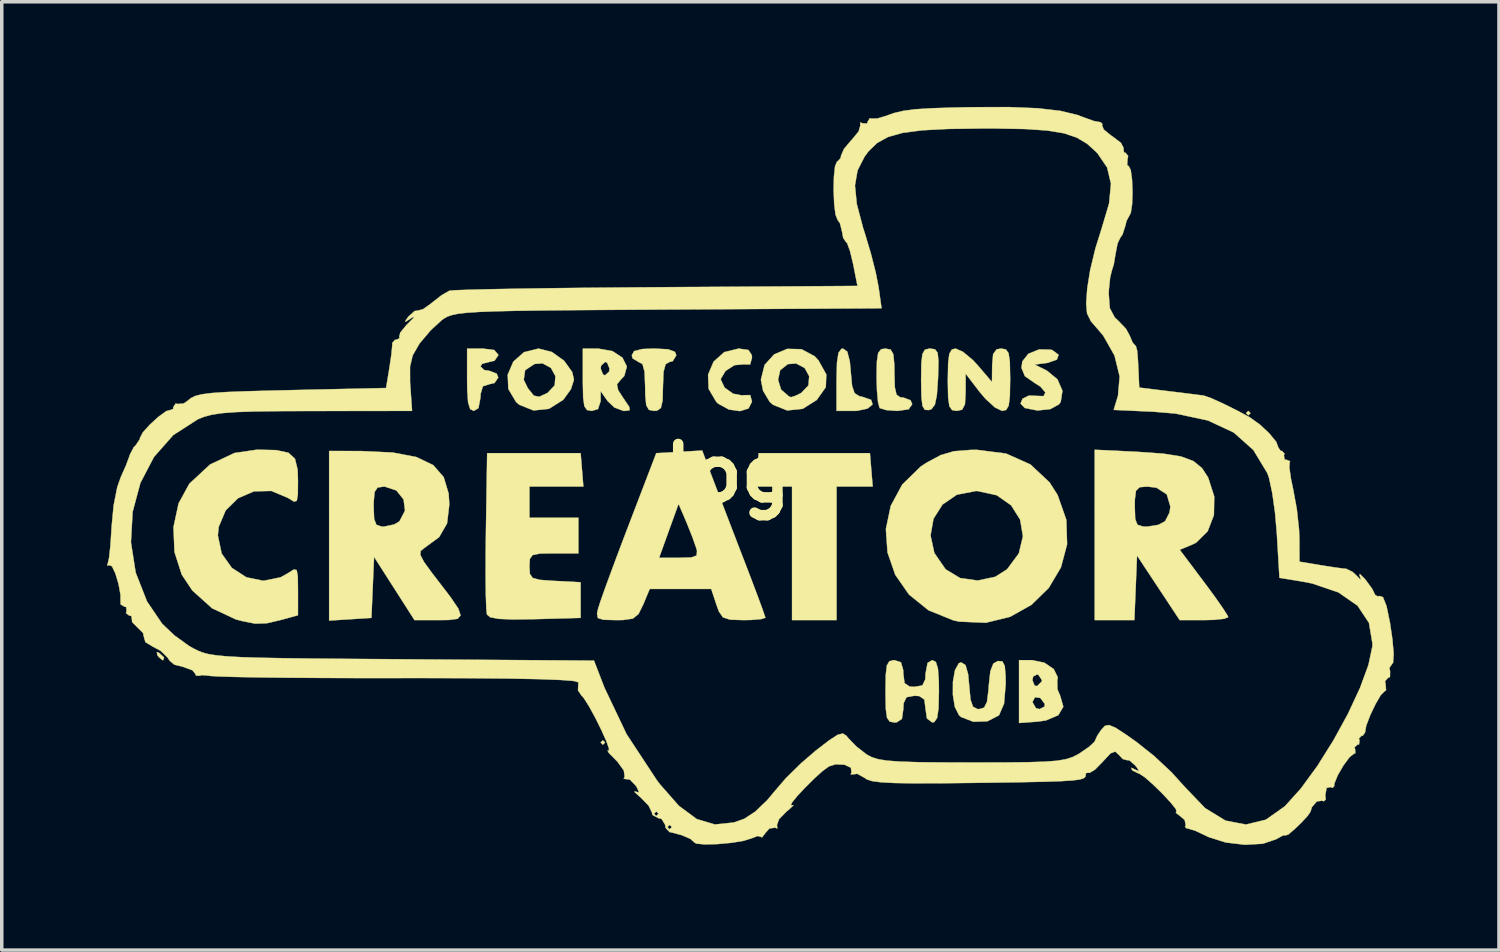
<source format=kicad_pcb>
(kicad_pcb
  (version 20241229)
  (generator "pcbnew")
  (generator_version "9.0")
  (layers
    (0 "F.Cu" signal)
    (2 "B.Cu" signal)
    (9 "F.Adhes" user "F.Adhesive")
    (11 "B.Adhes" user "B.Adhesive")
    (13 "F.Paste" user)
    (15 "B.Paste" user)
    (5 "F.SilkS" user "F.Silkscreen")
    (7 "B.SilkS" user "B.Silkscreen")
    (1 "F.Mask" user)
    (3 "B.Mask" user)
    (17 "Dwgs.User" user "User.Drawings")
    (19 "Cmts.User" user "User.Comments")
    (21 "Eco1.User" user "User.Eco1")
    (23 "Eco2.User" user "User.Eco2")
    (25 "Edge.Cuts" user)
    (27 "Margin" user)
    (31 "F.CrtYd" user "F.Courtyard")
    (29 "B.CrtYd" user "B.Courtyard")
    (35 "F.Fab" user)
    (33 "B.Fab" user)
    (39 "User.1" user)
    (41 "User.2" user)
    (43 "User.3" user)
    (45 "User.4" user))
  (footprint "logo"
    (layer "F.Cu")
    (at 18.406 10.452)
    (property "Reference" "logo" (at 0 0 0) (layer "F.SilkS") (effects (font (size 1.524 1.524) (thickness 0.3))))
    (attr through_hole)
    (fp_poly (pts (xy -4.191 7.684) (xy -4.255 7.747) (xy -4.318 7.684) (xy -4.255 7.62) (xy -4.191 7.684)) (stroke (width 0.01) (type solid)) (fill yes) (layer "F.SilkS"))
    (fp_poly (pts (xy 14.224 -1.714) (xy 14.161 -1.651) (xy 14.097 -1.714) (xy 14.161 -1.778) (xy 14.224 -1.714)) (stroke (width 0.01) (type solid)) (fill yes) (layer "F.SilkS"))
    (fp_poly (pts (xy -16.911 5.131) (xy -16.774 5.259) (xy -16.802 5.333) (xy -16.82 5.334) (xy -16.927 5.244) (xy -16.967 5.187) (xy -16.982 5.1) (xy -16.911 5.131)) (stroke (width 0.01) (type solid)) (fill yes) (layer "F.SilkS"))
    (fp_poly (pts (xy 3.444 0.381) (xy 2.413 0.381) (xy 2.413 4.191) (xy 1.143 4.191) (xy 1.143 0.381) (xy 0.112 0.381) (xy 0.151 -0.095) (xy 0.191 -0.572) (xy 3.365 -0.572) (xy 3.444 0.381)) (stroke (width 0.01) (type solid)) (fill yes) (layer "F.SilkS"))
    (fp_poly (pts (xy 2.719 -3.47) (xy 2.792 -3.187) (xy 2.819 -2.889) (xy 2.856 -2.493) (xy 2.927 -2.284) (xy 3.063 -2.197) (xy 3.143 -2.182) (xy 3.399 -2.094) (xy 3.442 -1.965) (xy 3.299 -1.845) (xy 2.997 -1.78) (xy 2.921 -1.778) (xy 2.413 -1.778) (xy 2.413 -2.667) (xy 2.425 -3.154) (xy 2.467 -3.433) (xy 2.549 -3.546) (xy 2.597 -3.556) (xy 2.719 -3.47)) (stroke (width 0.01) (type solid)) (fill yes) (layer "F.SilkS"))
    (fp_poly (pts (xy 5.223 -3.535) (xy 5.297 -3.436) (xy 5.321 -3.202) (xy 5.311 -2.778) (xy 5.308 -2.7) (xy 5.275 -2.227) (xy 5.218 -1.954) (xy 5.122 -1.828) (xy 5.048 -1.802) (xy 4.932 -1.809) (xy 4.864 -1.92) (xy 4.834 -2.183) (xy 4.826 -2.65) (xy 4.826 -2.658) (xy 4.832 -3.127) (xy 4.862 -3.397) (xy 4.931 -3.522) (xy 5.055 -3.555) (xy 5.086 -3.556) (xy 5.223 -3.535)) (stroke (width 0.01) (type solid)) (fill yes) (layer "F.SilkS"))
    (fp_poly (pts (xy 3.957 -3.526) (xy 4.033 -3.395) (xy 4.061 -3.103) (xy 4.064 -2.857) (xy 4.075 -2.454) (xy 4.123 -2.244) (xy 4.229 -2.166) (xy 4.318 -2.159) (xy 4.525 -2.08) (xy 4.572 -1.968) (xy 4.47 -1.824) (xy 4.152 -1.778) (xy 4.149 -1.778) (xy 3.835 -1.801) (xy 3.646 -1.858) (xy 3.641 -1.863) (xy 3.597 -2.025) (xy 3.566 -2.364) (xy 3.556 -2.752) (xy 3.564 -3.191) (xy 3.601 -3.434) (xy 3.685 -3.537) (xy 3.81 -3.556) (xy 3.957 -3.526)) (stroke (width 0.01) (type solid)) (fill yes) (layer "F.SilkS"))
    (fp_poly (pts (xy -7.355 -3.515) (xy -7.24 -3.383) (xy -7.239 -3.365) (xy -7.345 -3.21) (xy -7.493 -3.175) (xy -7.699 -3.122) (xy -7.747 -3.048) (xy -7.641 -2.945) (xy -7.493 -2.921) (xy -7.286 -2.842) (xy -7.239 -2.731) (xy -7.345 -2.575) (xy -7.493 -2.54) (xy -7.679 -2.48) (xy -7.744 -2.257) (xy -7.747 -2.159) (xy -7.804 -1.857) (xy -7.938 -1.778) (xy -8.041 -1.83) (xy -8.1 -2.018) (xy -8.125 -2.389) (xy -8.128 -2.667) (xy -8.128 -3.556) (xy -7.684 -3.556) (xy -7.355 -3.515)) (stroke (width 0.01) (type solid)) (fill yes) (layer "F.SilkS"))
    (fp_poly (pts (xy -2.395 -3.536) (xy -2.2 -3.465) (xy -2.159 -3.365) (xy -2.261 -3.197) (xy -2.349 -3.175) (xy -2.464 -3.112) (xy -2.524 -2.892) (xy -2.54 -2.477) (xy -2.551 -2.073) (xy -2.599 -1.863) (xy -2.705 -1.785) (xy -2.794 -1.778) (xy -2.941 -1.808) (xy -3.017 -1.939) (xy -3.045 -2.231) (xy -3.048 -2.477) (xy -3.065 -2.898) (xy -3.125 -3.115) (xy -3.239 -3.175) (xy -3.407 -3.277) (xy -3.429 -3.365) (xy -3.361 -3.485) (xy -3.126 -3.544) (xy -2.794 -3.556) (xy -2.395 -3.536)) (stroke (width 0.01) (type solid)) (fill yes) (layer "F.SilkS"))
    (fp_poly (pts (xy -0.103 -3.517) (xy -0.005 -3.37) (xy 0 -3.293) (xy -0.053 -3.103) (xy -0.241 -3.107) (xy -0.499 -3.083) (xy -0.753 -2.921) (xy -0.886 -2.699) (xy -0.889 -2.667) (xy -0.782 -2.443) (xy -0.539 -2.268) (xy -0.274 -2.219) (xy -0.241 -2.227) (xy -0.05 -2.229) (xy 0 -2.041) (xy -0.099 -1.847) (xy -0.345 -1.772) (xy -0.658 -1.817) (xy -0.961 -1.982) (xy -1.016 -2.032) (xy -1.236 -2.404) (xy -1.253 -2.811) (xy -1.095 -3.184) (xy -0.79 -3.455) (xy -0.381 -3.556) (xy -0.103 -3.517)) (stroke (width 0.01) (type solid)) (fill yes) (layer "F.SilkS"))
    (fp_poly (pts (xy 8.527 -3.525) (xy 8.572 -3.51) (xy 8.75 -3.378) (xy 8.699 -3.242) (xy 8.44 -3.15) (xy 8.414 -3.146) (xy 8.065 -3.1) (xy 8.417 -2.925) (xy 8.717 -2.677) (xy 8.858 -2.353) (xy 8.81 -2.038) (xy 8.762 -1.967) (xy 8.511 -1.829) (xy 8.144 -1.79) (xy 7.786 -1.86) (xy 7.662 -1.986) (xy 7.721 -2.127) (xy 7.904 -2.215) (xy 8.078 -2.208) (xy 8.32 -2.199) (xy 8.371 -2.306) (xy 8.228 -2.473) (xy 8.096 -2.555) (xy 7.788 -2.768) (xy 7.689 -3.005) (xy 7.714 -3.19) (xy 7.885 -3.407) (xy 8.193 -3.532) (xy 8.527 -3.525)) (stroke (width 0.01) (type solid)) (fill yes) (layer "F.SilkS"))
    (fp_poly (pts (xy -5.708 -3.458) (xy -5.361 -3.21) (xy -5.129 -2.886) (xy -5.08 -2.667) (xy -5.166 -2.398) (xy -5.376 -2.106) (xy -5.392 -2.09) (xy -5.792 -1.838) (xy -6.234 -1.791) (xy -6.638 -1.952) (xy -6.731 -2.032) (xy -6.952 -2.404) (xy -6.963 -2.664) (xy -6.512 -2.664) (xy -6.397 -2.428) (xy -6.225 -2.213) (xy -6.07 -2.181) (xy -5.834 -2.29) (xy -5.629 -2.506) (xy -5.609 -2.771) (xy -5.738 -3.007) (xy -5.98 -3.136) (xy -6.205 -3.117) (xy -6.473 -2.939) (xy -6.512 -2.664) (xy -6.963 -2.664) (xy -6.969 -2.811) (xy -6.81 -3.183) (xy -6.504 -3.454) (xy -6.09 -3.556) (xy -5.708 -3.458)) (stroke (width 0.01) (type solid)) (fill yes) (layer "F.SilkS"))
    (fp_poly (pts (xy -4.811 0.381) (xy -6.35 0.381) (xy -6.35 1.27) (xy -4.953 1.27) (xy -4.953 2.286) (xy -5.652 2.286) (xy -6.051 2.293) (xy -6.259 2.335) (xy -6.338 2.446) (xy -6.35 2.659) (xy -6.35 2.661) (xy -6.337 2.872) (xy -6.258 2.988) (xy -6.051 3.043) (xy -5.656 3.072) (xy -5.62 3.073) (xy -4.889 3.111) (xy -4.889 4.128) (xy -6.194 4.164) (xy -6.824 4.173) (xy -7.238 4.155) (xy -7.472 4.108) (xy -7.562 4.032) (xy -7.581 3.855) (xy -7.594 3.469) (xy -7.6 2.919) (xy -7.598 2.25) (xy -7.591 1.647) (xy -7.556 -0.572) (xy -4.889 -0.572) (xy -4.811 0.381)) (stroke (width 0.01) (type solid)) (fill yes) (layer "F.SilkS"))
    (fp_poly (pts (xy 1.413 -3.538) (xy 1.786 -3.339) (xy 1.896 -3.221) (xy 2.121 -2.817) (xy 2.106 -2.455) (xy 1.848 -2.09) (xy 1.847 -2.09) (xy 1.447 -1.838) (xy 1.005 -1.791) (xy 0.601 -1.952) (xy 0.508 -2.032) (xy 0.317 -2.352) (xy 0.255 -2.664) (xy 0.744 -2.664) (xy 0.831 -2.384) (xy 1.056 -2.19) (xy 1.12 -2.169) (xy 1.249 -2.213) (xy 1.405 -2.29) (xy 1.612 -2.506) (xy 1.632 -2.77) (xy 1.502 -3.004) (xy 1.258 -3.132) (xy 1.022 -3.113) (xy 0.804 -2.938) (xy 0.744 -2.664) (xy 0.255 -2.664) (xy 0.254 -2.667) (xy 0.36 -3.09) (xy 0.633 -3.391) (xy 1.006 -3.548) (xy 1.413 -3.538)) (stroke (width 0.01) (type solid)) (fill yes) (layer "F.SilkS"))
    (fp_poly (pts (xy 7.145 5.369) (xy 7.213 5.5) (xy 7.237 5.807) (xy 7.239 6.014) (xy 7.192 6.575) (xy 7.051 6.901) (xy 7.039 6.912) (xy 6.717 7.078) (xy 6.317 7.092) (xy 5.966 6.956) (xy 5.908 6.906) (xy 5.789 6.671) (xy 5.732 6.324) (xy 5.734 5.946) (xy 5.793 5.618) (xy 5.903 5.421) (xy 5.969 5.397) (xy 6.093 5.475) (xy 6.167 5.734) (xy 6.198 6.064) (xy 6.236 6.461) (xy 6.306 6.663) (xy 6.434 6.729) (xy 6.477 6.731) (xy 6.623 6.69) (xy 6.705 6.526) (xy 6.749 6.183) (xy 6.756 6.065) (xy 6.801 5.65) (xy 6.887 5.431) (xy 7.017 5.358) (xy 7.145 5.369)) (stroke (width 0.01) (type solid)) (fill yes) (layer "F.SilkS"))
    (fp_poly (pts (xy 6.018 -3.465) (xy 6.297 -3.234) (xy 6.44 -3.08) (xy 6.848 -2.603) (xy 6.853 -3.08) (xy 6.881 -3.4) (xy 6.982 -3.535) (xy 7.112 -3.556) (xy 7.245 -3.532) (xy 7.322 -3.424) (xy 7.357 -3.177) (xy 7.366 -2.738) (xy 7.366 -2.667) (xy 7.358 -2.196) (xy 7.324 -1.926) (xy 7.251 -1.805) (xy 7.139 -1.778) (xy 6.937 -1.873) (xy 6.669 -2.116) (xy 6.504 -2.309) (xy 6.096 -2.84) (xy 6.096 -2.309) (xy 6.077 -1.968) (xy 5.997 -1.813) (xy 5.842 -1.778) (xy 5.709 -1.802) (xy 5.632 -1.91) (xy 5.597 -2.157) (xy 5.588 -2.596) (xy 5.588 -2.667) (xy 5.597 -3.139) (xy 5.631 -3.409) (xy 5.704 -3.531) (xy 5.81 -3.556) (xy 6.018 -3.465)) (stroke (width 0.01) (type solid)) (fill yes) (layer "F.SilkS"))
    (fp_poly (pts (xy 8.343 5.407) (xy 8.61 5.589) (xy 8.725 5.823) (xy 8.709 5.927) (xy 8.716 6.169) (xy 8.796 6.355) (xy 8.883 6.663) (xy 8.74 6.904) (xy 8.387 7.054) (xy 8.147 7.088) (xy 7.62 7.127) (xy 7.62 6.53) (xy 8.001 6.53) (xy 8.103 6.705) (xy 8.202 6.731) (xy 8.35 6.657) (xy 8.353 6.58) (xy 8.226 6.412) (xy 8.074 6.391) (xy 8.001 6.53) (xy 7.62 6.53) (xy 7.62 5.905) (xy 8.001 5.905) (xy 8.065 6.064) (xy 8.138 6.072) (xy 8.269 5.941) (xy 8.274 5.905) (xy 8.175 5.757) (xy 8.138 5.739) (xy 8.022 5.801) (xy 8.001 5.905) (xy 7.62 5.905) (xy 7.62 5.334) (xy 7.992 5.334) (xy 8.343 5.407)) (stroke (width 0.01) (type solid)) (fill yes) (layer "F.SilkS"))
    (fp_poly (pts (xy -3.98 -3.483) (xy -3.695 -3.296) (xy -3.57 -3.045) (xy -3.642 -2.778) (xy -3.745 -2.668) (xy -3.853 -2.535) (xy -3.818 -2.369) (xy -3.673 -2.145) (xy -3.506 -1.9) (xy -3.487 -1.799) (xy -3.613 -1.778) (xy -3.667 -1.778) (xy -3.928 -1.876) (xy -4.12 -2.06) (xy -4.318 -2.343) (xy -4.318 -2.06) (xy -4.393 -1.83) (xy -4.572 -1.778) (xy -4.705 -1.802) (xy -4.782 -1.91) (xy -4.817 -2.157) (xy -4.826 -2.596) (xy -4.826 -2.667) (xy -4.826 -2.985) (xy -4.318 -2.985) (xy -4.249 -2.815) (xy -4.191 -2.794) (xy -4.078 -2.897) (xy -4.064 -2.985) (xy -4.133 -3.154) (xy -4.191 -3.175) (xy -4.304 -3.072) (xy -4.318 -2.985) (xy -4.826 -2.985) (xy -4.826 -3.556) (xy -4.391 -3.556) (xy -3.98 -3.483)) (stroke (width 0.01) (type solid)) (fill yes) (layer "F.SilkS"))
    (fp_poly (pts (xy 5.247 5.386) (xy 5.306 5.574) (xy 5.331 5.945) (xy 5.334 6.223) (xy 5.323 6.706) (xy 5.283 6.982) (xy 5.203 7.099) (xy 5.144 7.112) (xy 4.992 6.998) (xy 4.953 6.731) (xy 4.919 6.459) (xy 4.774 6.359) (xy 4.636 6.35) (xy 4.409 6.391) (xy 4.326 6.565) (xy 4.318 6.731) (xy 4.278 7.01) (xy 4.13 7.108) (xy 4.064 7.112) (xy 3.931 7.088) (xy 3.854 6.98) (xy 3.819 6.733) (xy 3.81 6.294) (xy 3.81 6.223) (xy 3.817 5.756) (xy 3.848 5.488) (xy 3.918 5.366) (xy 4.044 5.334) (xy 4.064 5.334) (xy 4.25 5.394) (xy 4.315 5.617) (xy 4.318 5.715) (xy 4.352 5.987) (xy 4.497 6.087) (xy 4.636 6.096) (xy 4.862 6.055) (xy 4.945 5.881) (xy 4.953 5.715) (xy 5.01 5.413) (xy 5.144 5.334) (xy 5.247 5.386)) (stroke (width 0.01) (type solid)) (fill yes) (layer "F.SilkS"))
    (fp_poly (pts (xy -13.573 -0.659) (xy -13.227 -0.584) (xy -13.04 -0.413) (xy -12.965 -0.108) (xy -12.954 0.206) (xy -12.958 0.602) (xy -12.988 0.788) (xy -13.069 0.81) (xy -13.226 0.713) (xy -13.236 0.706) (xy -13.716 0.505) (xy -14.21 0.518) (xy -14.663 0.713) (xy -15.017 1.061) (xy -15.216 1.532) (xy -15.24 1.778) (xy -15.131 2.294) (xy -14.84 2.702) (xy -14.425 2.97) (xy -13.942 3.07) (xy -13.449 2.97) (xy -13.236 2.85) (xy -13.075 2.748) (xy -12.991 2.763) (xy -12.959 2.94) (xy -12.954 3.324) (xy -12.954 3.352) (xy -12.954 4.052) (xy -13.43 4.184) (xy -13.843 4.281) (xy -14.174 4.292) (xy -14.558 4.217) (xy -14.732 4.169) (xy -15.404 3.854) (xy -15.968 3.347) (xy -16.271 2.892) (xy -16.478 2.246) (xy -16.506 1.54) (xy -16.361 0.862) (xy -16.053 0.299) (xy -15.462 -0.249) (xy -14.766 -0.577) (xy -14.124 -0.671) (xy -13.573 -0.659)) (stroke (width 0.01) (type solid)) (fill yes) (layer "F.SilkS"))
    (fp_poly (pts (xy 11.018 -0.609) (xy 11.733 -0.559) (xy 12.243 -0.477) (xy 12.595 -0.346) (xy 12.839 -0.147) (xy 13.016 0.124) (xy 13.189 0.663) (xy 13.18 1.195) (xy 13.003 1.655) (xy 12.675 1.98) (xy 12.563 2.036) (xy 12.205 2.184) (xy 12.897 3.104) (xy 13.203 3.518) (xy 13.439 3.856) (xy 13.572 4.066) (xy 13.589 4.107) (xy 13.474 4.153) (xy 13.178 4.184) (xy 12.897 4.191) (xy 12.204 4.191) (xy 10.986 2.349) (xy 10.911 4.191) (xy 9.779 4.191) (xy 9.779 0.953) (xy 10.922 0.953) (xy 10.934 1.304) (xy 10.998 1.471) (xy 11.156 1.521) (xy 11.278 1.524) (xy 11.595 1.473) (xy 11.786 1.372) (xy 11.913 1.124) (xy 11.938 0.953) (xy 11.836 0.604) (xy 11.541 0.413) (xy 11.278 0.381) (xy 11.059 0.4) (xy 10.955 0.503) (xy 10.924 0.758) (xy 10.922 0.953) (xy 9.779 0.953) (xy 9.779 -0.669) (xy 11.018 -0.609)) (stroke (width 0.01) (type solid)) (fill yes) (layer "F.SilkS"))
    (fp_poly (pts (xy -11.144 -0.632) (xy -10.247 -0.59) (xy -9.571 -0.46) (xy -9.094 -0.23) (xy -8.796 0.112) (xy -8.655 0.582) (xy -8.636 0.896) (xy -8.701 1.434) (xy -8.925 1.822) (xy -9.349 2.134) (xy -9.453 2.216) (xy -9.463 2.332) (xy -9.359 2.53) (xy -9.123 2.855) (xy -8.974 3.048) (xy -8.598 3.539) (xy -8.378 3.864) (xy -8.313 4.058) (xy -8.4 4.154) (xy -8.64 4.187) (xy -8.928 4.191) (xy -9.629 4.191) (xy -10.206 3.289) (xy -10.783 2.387) (xy -10.821 3.257) (xy -10.858 4.128) (xy -12.065 4.205) (xy -12.065 0.953) (xy -10.795 0.953) (xy -10.781 1.306) (xy -10.715 1.474) (xy -10.563 1.523) (xy -10.503 1.524) (xy -10.204 1.461) (xy -10.058 1.372) (xy -9.9 1.067) (xy -9.941 0.747) (xy -10.147 0.492) (xy -10.481 0.381) (xy -10.503 0.381) (xy -10.684 0.409) (xy -10.769 0.538) (xy -10.794 0.834) (xy -10.795 0.953) (xy -12.065 0.953) (xy -12.065 -0.635) (xy -11.144 -0.632)) (stroke (width 0.01) (type solid)) (fill yes) (layer "F.SilkS"))
    (fp_poly (pts (xy 7.249 -0.561) (xy 7.946 -0.249) (xy 8.492 0.263) (xy 8.721 0.623) (xy 8.969 1.33) (xy 8.991 2.029) (xy 8.815 2.688) (xy 8.467 3.274) (xy 7.976 3.754) (xy 7.368 4.096) (xy 6.671 4.267) (xy 5.911 4.234) (xy 5.745 4.198) (xy 5.035 3.91) (xy 4.481 3.463) (xy 4.089 2.9) (xy 3.867 2.262) (xy 3.833 1.777) (xy 5.095 1.777) (xy 5.203 2.275) (xy 5.524 2.741) (xy 5.938 2.991) (xy 6.441 3.062) (xy 6.942 2.955) (xy 7.279 2.741) (xy 7.614 2.288) (xy 7.731 1.799) (xy 7.651 1.324) (xy 7.395 0.917) (xy 6.983 0.628) (xy 6.435 0.509) (xy 6.389 0.508) (xy 5.846 0.613) (xy 5.436 0.894) (xy 5.179 1.299) (xy 5.095 1.777) (xy 3.833 1.777) (xy 3.821 1.592) (xy 3.959 0.932) (xy 4.287 0.324) (xy 4.814 -0.19) (xy 4.981 -0.3) (xy 5.383 -0.516) (xy 5.76 -0.627) (xy 6.232 -0.665) (xy 6.413 -0.667) (xy 7.249 -0.561)) (stroke (width 0.01) (type solid)) (fill yes) (layer "F.SilkS"))
    (fp_poly (pts (xy -1.164 0.038) (xy -1.02 0.417) (xy -0.811 0.964) (xy -0.563 1.61) (xy -0.303 2.287) (xy -0.263 2.39) (xy -0.031 2.994) (xy 0.164 3.51) (xy 0.305 3.894) (xy 0.376 4.101) (xy 0.381 4.124) (xy 0.267 4.162) (xy -0.025 4.187) (xy -0.244 4.191) (xy -0.622 4.179) (xy -0.828 4.113) (xy -0.945 3.944) (xy -1.016 3.747) (xy -1.163 3.302) (xy -2.918 3.302) (xy -3.103 3.747) (xy -3.238 4.019) (xy -3.4 4.149) (xy -3.681 4.189) (xy -3.881 4.191) (xy -4.237 4.182) (xy -4.398 4.131) (xy -4.421 4.002) (xy -4.392 3.87) (xy -4.321 3.648) (xy -4.175 3.235) (xy -3.97 2.679) (xy -3.871 2.413) (xy -2.65 2.413) (xy -2.078 2.413) (xy -1.731 2.403) (xy -1.58 2.349) (xy -1.568 2.218) (xy -1.593 2.127) (xy -1.7 1.823) (xy -1.854 1.437) (xy -1.887 1.358) (xy -2.095 0.875) (xy -2.373 1.644) (xy -2.65 2.413) (xy -3.871 2.413) (xy -3.725 2.024) (xy -3.521 1.489) (xy -2.731 -0.572) (xy -2.075 -0.609) (xy -1.42 -0.647) (xy -1.164 0.038)) (stroke (width 0.01) (type solid)) (fill yes) (layer "F.SilkS"))
    (fp_poly (pts (xy 8.156 -10.413) (xy 8.796 -10.339) (xy 9.285 -10.222) (xy 9.461 -10.155) (xy 9.755 -10.049) (xy 9.943 -10.015) (xy 9.947 -10.016) (xy 10.001 -9.963) (xy 9.986 -9.932) (xy 10.038 -9.805) (xy 10.252 -9.631) (xy 10.296 -9.603) (xy 10.528 -9.425) (xy 10.605 -9.278) (xy 10.599 -9.262) (xy 10.615 -9.152) (xy 10.657 -9.144) (xy 10.733 -9.051) (xy 10.714 -8.954) (xy 10.705 -8.79) (xy 10.75 -8.763) (xy 10.807 -8.651) (xy 10.844 -8.374) (xy 10.857 -8.019) (xy 10.846 -7.675) (xy 10.809 -7.428) (xy 10.776 -7.366) (xy 10.688 -7.201) (xy 10.649 -7.048) (xy 10.571 -6.807) (xy 10.511 -6.725) (xy 10.432 -6.56) (xy 10.376 -6.274) (xy 10.324 -5.962) (xy 10.265 -5.773) (xy 10.218 -5.578) (xy 10.184 -5.239) (xy 10.179 -5.12) (xy 10.208 -4.713) (xy 10.35 -4.446) (xy 10.447 -4.355) (xy 10.671 -4.122) (xy 10.773 -3.935) (xy 10.862 -3.727) (xy 10.9 -3.684) (xy 10.956 -3.622) (xy 10.99 -3.496) (xy 11.012 -3.241) (xy 11.03 -2.872) (xy 11.049 -2.443) (xy 11.906 -2.338) (xy 12.358 -2.283) (xy 12.713 -2.238) (xy 12.89 -2.215) (xy 13.094 -2.145) (xy 13.44 -1.989) (xy 13.847 -1.787) (xy 14.199 -1.597) (xy 14.487 -1.392) (xy 14.763 -1.134) (xy 14.961 -0.891) (xy 15.018 -0.733) (xy 15.082 -0.64) (xy 15.12 -0.635) (xy 15.196 -0.557) (xy 15.177 -0.508) (xy 15.196 -0.392) (xy 15.254 -0.381) (xy 15.356 -0.341) (xy 15.342 -0.314) (xy 15.333 -0.164) (xy 15.378 0.155) (xy 15.446 0.48) (xy 15.546 1.027) (xy 15.609 1.606) (xy 15.619 1.865) (xy 15.621 2.524) (xy 16.224 2.624) (xy 16.606 2.684) (xy 16.885 2.722) (xy 16.954 2.727) (xy 17.136 2.816) (xy 17.25 2.921) (xy 17.37 3.046) (xy 17.357 2.976) (xy 17.334 2.921) (xy 17.343 2.874) (xy 17.474 3.003) (xy 17.512 3.048) (xy 17.695 3.297) (xy 17.777 3.464) (xy 17.777 3.468) (xy 17.858 3.518) (xy 17.893 3.501) (xy 18.002 3.535) (xy 18.104 3.785) (xy 18.204 4.267) (xy 18.272 4.731) (xy 18.309 5.149) (xy 18.292 5.406) (xy 18.251 5.461) (xy 18.186 5.554) (xy 18.207 5.652) (xy 18.203 5.815) (xy 18.143 5.842) (xy 18.062 5.935) (xy 18.08 6.032) (xy 18.092 6.196) (xy 18.049 6.223) (xy 17.943 6.328) (xy 17.793 6.585) (xy 17.64 6.905) (xy 17.526 7.203) (xy 17.493 7.389) (xy 17.494 7.395) (xy 17.43 7.488) (xy 17.392 7.493) (xy 17.316 7.571) (xy 17.335 7.62) (xy 17.321 7.737) (xy 17.272 7.747) (xy 17.189 7.824) (xy 17.209 7.874) (xy 17.214 7.992) (xy 17.18 8.001) (xy 17.05 8.102) (xy 16.874 8.341) (xy 16.71 8.625) (xy 16.615 8.86) (xy 16.611 8.931) (xy 16.563 8.979) (xy 16.513 8.955) (xy 16.396 8.978) (xy 16.357 9.184) (xy 16.371 9.312) (xy 16.311 9.362) (xy 16.268 9.342) (xy 16.115 9.367) (xy 15.974 9.53) (xy 15.939 9.652) (xy 15.862 9.768) (xy 15.684 9.961) (xy 15.475 10.163) (xy 15.304 10.307) (xy 15.24 10.33) (xy 15.15 10.336) (xy 14.954 10.444) (xy 14.578 10.572) (xy 14.066 10.601) (xy 13.517 10.536) (xy 13.026 10.38) (xy 12.954 10.345) (xy 12.646 10.2) (xy 12.434 10.136) (xy 12.405 10.137) (xy 12.355 10.087) (xy 12.376 10.044) (xy 12.345 9.892) (xy 12.226 9.791) (xy 12.092 9.686) (xy 12.112 9.656) (xy 12.092 9.578) (xy 11.937 9.386) (xy 11.702 9.134) (xy 11.44 8.879) (xy 11.207 8.674) (xy 11.056 8.575) (xy 11.043 8.572) (xy 10.873 8.491) (xy 10.837 8.457) (xy 10.825 8.404) (xy 10.922 8.45) (xy 11.045 8.505) (xy 10.993 8.412) (xy 10.936 8.34) (xy 10.772 8.194) (xy 10.694 8.186) (xy 10.579 8.154) (xy 10.481 8.048) (xy 10.366 7.942) (xy 10.235 7.989) (xy 10.022 8.216) (xy 10.007 8.234) (xy 9.785 8.459) (xy 9.629 8.552) (xy 9.603 8.544) (xy 9.529 8.558) (xy 9.525 8.594) (xy 9.516 8.655) (xy 9.469 8.702) (xy 9.355 8.739) (xy 9.145 8.766) (xy 8.811 8.787) (xy 8.322 8.803) (xy 7.65 8.817) (xy 6.766 8.83) (xy 6.302 8.836) (xy 5.34 8.847) (xy 4.601 8.848) (xy 4.055 8.839) (xy 3.671 8.817) (xy 3.42 8.783) (xy 3.27 8.733) (xy 3.212 8.691) (xy 3.005 8.576) (xy 2.891 8.591) (xy 2.815 8.595) (xy 2.84 8.538) (xy 2.822 8.403) (xy 2.642 8.317) (xy 2.389 8.305) (xy 2.196 8.365) (xy 2.015 8.497) (xy 1.774 8.714) (xy 1.517 8.969) (xy 1.29 9.213) (xy 1.139 9.399) (xy 1.108 9.48) (xy 1.143 9.471) (xy 1.184 9.476) (xy 1.05 9.601) (xy 0.984 9.654) (xy 0.773 9.87) (xy 0.71 10.044) (xy 0.717 10.064) (xy 0.72 10.139) (xy 0.662 10.113) (xy 0.498 10.136) (xy 0.393 10.253) (xy 0.288 10.391) (xy 0.258 10.378) (xy 0.163 10.35) (xy -0.000431 10.414) (xy -0.236 10.488) (xy -0.591 10.546) (xy -0.988 10.582) (xy -1.347 10.591) (xy -1.591 10.568) (xy -1.651 10.529) (xy -1.758 10.433) (xy -2.01 10.325) (xy -2.305 10.247) (xy -2.349 10.241) (xy -2.463 10.121) (xy -2.467 10.097) (xy -2.413 10.097) (xy -2.349 10.16) (xy -2.286 10.097) (xy -2.349 10.033) (xy -2.413 10.097) (xy -2.467 10.097) (xy -2.477 10.033) (xy -2.578 9.865) (xy -2.667 9.842) (xy -2.836 9.753) (xy -2.846 9.716) (xy -2.794 9.716) (xy -2.731 9.779) (xy -2.667 9.716) (xy -2.731 9.652) (xy -2.794 9.716) (xy -2.846 9.716) (xy -2.857 9.676) (xy -2.948 9.487) (xy -3.168 9.259) (xy -3.175 9.253) (xy -3.342 9.105) (xy -3.345 9.073) (xy -3.324 9.083) (xy -3.222 9.112) (xy -3.272 8.988) (xy -3.318 8.912) (xy -3.484 8.741) (xy -3.601 8.727) (xy -3.66 8.717) (xy -3.632 8.656) (xy -3.657 8.481) (xy -3.838 8.232) (xy -3.898 8.171) (xy -4.083 7.983) (xy -4.123 7.913) (xy -4.095 7.925) (xy -4.077 7.868) (xy -4.153 7.65) (xy -4.294 7.335) (xy -4.468 6.983) (xy -4.646 6.657) (xy -4.797 6.418) (xy -4.869 6.337) (xy -4.964 6.196) (xy -4.964 6.177) (xy -4.953 5.984) (xy -4.953 5.966) (xy -5.08 5.929) (xy -5.46 5.899) (xy -6.093 5.875) (xy -6.978 5.858) (xy -8.115 5.848) (xy -9.503 5.844) (xy -10.163 5.845) (xy -11.292 5.845) (xy -12.342 5.841) (xy -13.287 5.835) (xy -14.099 5.825) (xy -14.75 5.813) (xy -15.214 5.799) (xy -15.463 5.784) (xy -15.497 5.776) (xy -15.708 5.76) (xy -15.748 5.778) (xy -15.865 5.777) (xy -15.875 5.737) (xy -15.962 5.625) (xy -16.248 5.519) (xy -16.481 5.463) (xy -16.616 5.348) (xy -16.679 5.254) (xy -16.873 5.067) (xy -17.099 4.946) (xy -17.306 4.821) (xy -17.341 4.708) (xy -17.375 4.556) (xy -17.523 4.411) (xy -17.686 4.247) (xy -17.695 4.148) (xy -17.71 4.072) (xy -17.766 4.064) (xy -17.862 3.99) (xy -17.844 3.937) (xy -17.854 3.82) (xy -17.9 3.81) (xy -18.015 3.742) (xy -18.015 3.715) (xy -18.017 3.473) (xy -18.074 3.159) (xy -18.164 2.859) (xy -18.26 2.658) (xy -18.323 2.625) (xy -18.401 2.633) (xy -18.384 2.591) (xy -18.344 2.416) (xy -18.305 2.059) (xy -18.299 1.97) (xy -17.72 1.97) (xy -17.585 2.835) (xy -17.262 3.657) (xy -16.832 4.292) (xy -16.483 4.625) (xy -16.06 4.93) (xy -15.954 4.99) (xy -15.821 5.058) (xy -15.683 5.114) (xy -15.514 5.16) (xy -15.291 5.196) (xy -14.989 5.225) (xy -14.583 5.248) (xy -14.048 5.265) (xy -13.361 5.278) (xy -12.496 5.289) (xy -11.43 5.298) (xy -10.136 5.307) (xy -9.97 5.309) (xy -4.508 5.347) (xy -4.209 6.12) (xy -3.578 7.446) (xy -2.715 8.758) (xy -2.623 8.879) (xy -2.085 9.491) (xy -1.575 9.868) (xy -1.062 10.022) (xy -0.518 9.966) (xy -0.218 9.86) (xy 0.09 9.658) (xy 0.435 9.329) (xy 0.627 9.098) (xy 0.96 8.71) (xy 1.401 8.275) (xy 1.819 7.916) (xy 2.205 7.619) (xy 2.447 7.462) (xy 2.593 7.427) (xy 2.696 7.493) (xy 2.746 7.556) (xy 2.976 7.795) (xy 3.268 8.022) (xy 3.412 8.1) (xy 3.595 8.159) (xy 3.854 8.201) (xy 4.226 8.228) (xy 4.746 8.245) (xy 5.451 8.252) (xy 6.272 8.254) (xy 7.166 8.253) (xy 7.843 8.246) (xy 8.342 8.231) (xy 8.7 8.204) (xy 8.955 8.161) (xy 9.144 8.101) (xy 9.305 8.019) (xy 9.351 7.991) (xy 9.624 7.803) (xy 9.773 7.664) (xy 9.783 7.641) (xy 9.855 7.484) (xy 9.967 7.319) (xy 10.069 7.209) (xy 10.187 7.185) (xy 10.374 7.263) (xy 10.679 7.462) (xy 10.977 7.673) (xy 11.473 8.068) (xy 11.969 8.531) (xy 12.349 8.951) (xy 12.928 9.555) (xy 13.512 9.913) (xy 14.093 10.024) (xy 14.662 9.887) (xy 15.205 9.503) (xy 15.661 8.997) (xy 16.132 8.352) (xy 16.589 7.624) (xy 17.004 6.866) (xy 17.347 6.13) (xy 17.589 5.472) (xy 17.701 4.945) (xy 17.705 4.869) (xy 17.604 4.269) (xy 17.277 3.778) (xy 16.733 3.401) (xy 15.979 3.145) (xy 15.684 3.088) (xy 15.05 2.985) (xy 14.975 1.714) (xy 14.923 1.117) (xy 14.845 0.566) (xy 14.755 0.143) (xy 14.706 0) (xy 14.306 -0.662) (xy 13.747 -1.16) (xy 13.013 -1.504) (xy 12.087 -1.702) (xy 11.478 -1.753) (xy 10.32 -1.807) (xy 10.443 -2.208) (xy 10.491 -2.76) (xy 10.344 -3.358) (xy 10.026 -3.92) (xy 9.889 -4.083) (xy 9.67 -4.336) (xy 9.561 -4.557) (xy 9.535 -4.839) (xy 9.566 -5.272) (xy 9.649 -5.793) (xy 9.798 -6.411) (xy 9.975 -6.977) (xy 10.189 -7.696) (xy 10.243 -8.261) (xy 10.134 -8.722) (xy 9.859 -9.126) (xy 9.826 -9.161) (xy 9.564 -9.399) (xy 9.271 -9.575) (xy 8.905 -9.699) (xy 8.426 -9.778) (xy 7.792 -9.821) (xy 6.963 -9.836) (xy 6.54 -9.836) (xy 5.587 -9.823) (xy 4.851 -9.784) (xy 4.294 -9.71) (xy 3.879 -9.593) (xy 3.57 -9.422) (xy 3.33 -9.19) (xy 3.211 -9.03) (xy 3.012 -8.639) (xy 2.938 -8.21) (xy 2.99 -7.684) (xy 3.168 -7.007) (xy 3.225 -6.829) (xy 3.39 -6.279) (xy 3.53 -5.73) (xy 3.613 -5.306) (xy 3.697 -4.706) (xy -2.397 -4.671) (xy -3.799 -4.662) (xy -4.969 -4.654) (xy -5.93 -4.645) (xy -6.705 -4.634) (xy -7.315 -4.62) (xy -7.784 -4.602) (xy -8.133 -4.579) (xy -8.386 -4.55) (xy -8.563 -4.513) (xy -8.689 -4.469) (xy -8.786 -4.415) (xy -8.849 -4.37) (xy -9.165 -4.08) (xy -9.47 -3.72) (xy -9.504 -3.671) (xy -9.681 -3.361) (xy -9.757 -3.041) (xy -9.756 -2.601) (xy -9.75 -2.508) (xy -9.699 -1.778) (xy -12.501 -1.775) (xy -13.442 -1.772) (xy -14.165 -1.763) (xy -14.708 -1.745) (xy -15.109 -1.715) (xy -15.405 -1.671) (xy -15.632 -1.611) (xy -15.812 -1.539) (xy -16.513 -1.087) (xy -17.061 -0.467) (xy -17.45 0.276) (xy -17.672 1.103) (xy -17.72 1.97) (xy -18.299 1.97) (xy -18.275 1.594) (xy -18.271 1.524) (xy -18.214 0.921) (xy -18.11 0.396) (xy -18.011 0.115) (xy -17.861 -0.224) (xy -17.764 -0.484) (xy -17.755 -0.52) (xy -17.638 -0.745) (xy -17.59 -0.789) (xy -17.468 -0.967) (xy -17.462 -1.008) (xy -17.38 -1.165) (xy -17.18 -1.387) (xy -16.934 -1.611) (xy -16.711 -1.772) (xy -16.582 -1.808) (xy -16.581 -1.806) (xy -16.516 -1.835) (xy -16.51 -1.891) (xy -16.441 -1.991) (xy -16.393 -1.975) (xy -16.216 -1.988) (xy -16.107 -2.063) (xy -16.009 -2.143) (xy -15.883 -2.205) (xy -15.696 -2.252) (xy -15.415 -2.288) (xy -15.005 -2.316) (xy -14.434 -2.338) (xy -13.668 -2.359) (xy -12.935 -2.376) (xy -10.44 -2.432) (xy -10.342 -3.026) (xy -10.288 -3.396) (xy -10.263 -3.656) (xy -10.265 -3.715) (xy -10.188 -3.804) (xy -10.139 -3.81) (xy -10.049 -3.857) (xy -10.067 -3.887) (xy -10.035 -4.013) (xy -9.859 -4.228) (xy -9.803 -4.283) (xy -9.647 -4.443) (xy -9.662 -4.463) (xy -9.716 -4.429) (xy -9.888 -4.319) (xy -9.877 -4.37) (xy -9.796 -4.475) (xy -9.625 -4.628) (xy -9.534 -4.641) (xy -9.388 -4.678) (xy -9.155 -4.844) (xy -9.131 -4.865) (xy -8.856 -5.079) (xy -8.633 -5.207) (xy -8.631 -5.207) (xy -8.469 -5.221) (xy -8.08 -5.235) (xy -7.489 -5.25) (xy -6.723 -5.264) (xy -5.81 -5.278) (xy -4.774 -5.29) (xy -3.643 -5.3) (xy -2.718 -5.307) (xy 3.01 -5.344) (xy 2.885 -5.974) (xy 2.799 -6.332) (xy 2.716 -6.561) (xy 2.677 -6.604) (xy 2.603 -6.712) (xy 2.573 -6.878) (xy 2.511 -7.132) (xy 2.442 -7.228) (xy 2.383 -7.38) (xy 2.345 -7.69) (xy 2.33 -8.076) (xy 2.338 -8.458) (xy 2.37 -8.756) (xy 2.425 -8.889) (xy 2.432 -8.89) (xy 2.531 -8.991) (xy 2.54 -9.058) (xy 2.626 -9.255) (xy 2.835 -9.503) (xy 2.854 -9.521) (xy 3.044 -9.753) (xy 3.094 -9.93) (xy 3.088 -9.944) (xy 3.092 -10.011) (xy 3.155 -9.982) (xy 3.286 -9.978) (xy 3.302 -10.033) (xy 3.364 -10.13) (xy 3.397 -10.119) (xy 3.574 -10.12) (xy 3.81 -10.191) (xy 4.056 -10.278) (xy 4.325 -10.341) (xy 4.667 -10.385) (xy 5.132 -10.414) (xy 5.769 -10.434) (xy 6.287 -10.444) (xy 7.331 -10.447) (xy 8.156 -10.413)) (stroke (width 0.01) (type solid)) (fill yes) (layer "F.SilkS")))
  (gr_rect
    (start -3 -3)
    (end 39.72 24.058)
    (stroke (width 0.1) (type default))
    (fill no)
    (layer "Edge.Cuts")))
</source>
